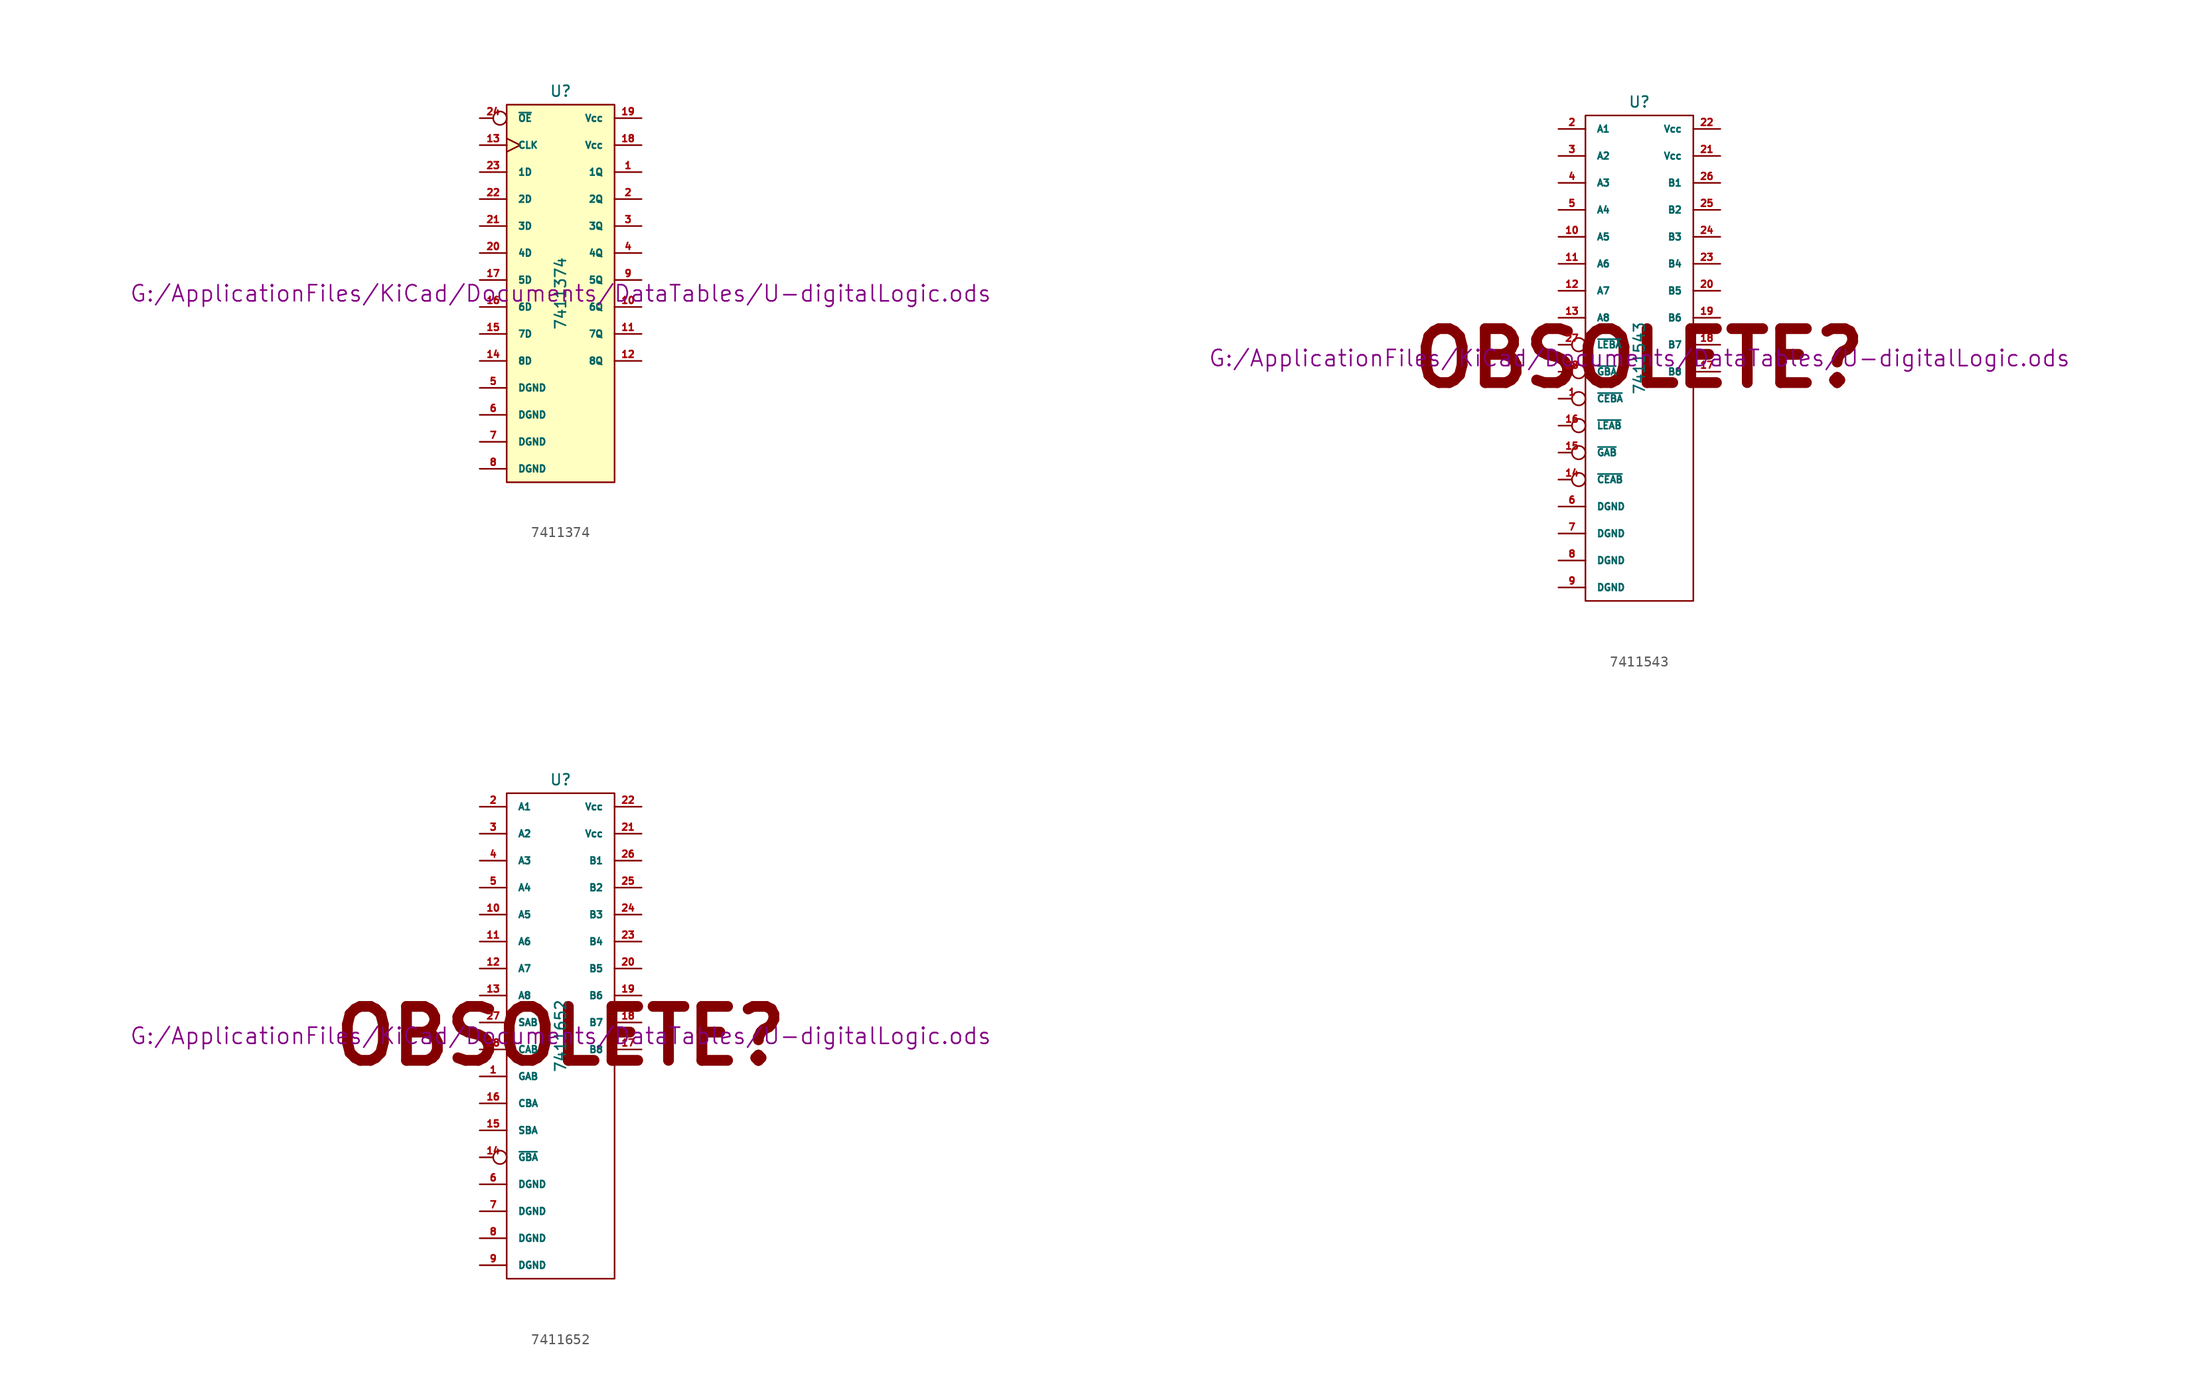
<source format=kicad_sym>
(kicad_symbol_lib
  (version 20211014)
  (generator kicad_symbol_editor)
  (symbol "7411374"
    (pin_names
      (offset 1.016))
    (property "Reference" "U"
      (at 0 19.05 0)
      (effects (font (size 1.016 1.016))))
    (property "Value" "7411374"
      (at 0 0 90)
      (effects (font (size 1.016 1.016))))
    (property "Footprint" ""
      (at 0 0 0)
      (effects (font (size 1.524 1.524))))
    (property "Datasheet" "G:/ApplicationFiles/KiCad/Documents/DataTables/U-digitalLogic.ods"
      (at 0 0 0)
      (effects (font (size 1.524 1.524))))
    (symbol "7411374_0_1"
      (rectangle (start -5.08 17.78) (end 5.08 -17.78) (stroke (width 0) (type default) (color 0 0 0 0)) (fill (type background))))
    (symbol "7411374_1_1"
      (pin tri_state line (at 7.62 11.43 180) (length 2.54) (name "1Q" (effects (font (size 0.635 0.635)))) (number "1" (effects (font (size 0.635 0.635)))))
      (pin tri_state line (at 7.62 -1.27 180) (length 2.54) (name "6Q" (effects (font (size 0.635 0.635)))) (number "10" (effects (font (size 0.635 0.635)))))
      (pin tri_state line (at 7.62 -3.81 180) (length 2.54) (name "7Q" (effects (font (size 0.635 0.635)))) (number "11" (effects (font (size 0.635 0.635)))))
      (pin tri_state line (at 7.62 -6.35 180) (length 2.54) (name "8Q" (effects (font (size 0.635 0.635)))) (number "12" (effects (font (size 0.635 0.635)))))
      (pin input clock (at -7.62 13.97 0) (length 2.54) (name "CLK" (effects (font (size 0.635 0.635)))) (number "13" (effects (font (size 0.635 0.635)))))
      (pin input line (at -7.62 -6.35 0) (length 2.54) (name "8D" (effects (font (size 0.635 0.635)))) (number "14" (effects (font (size 0.635 0.635)))))
      (pin input line (at -7.62 -3.81 0) (length 2.54) (name "7D" (effects (font (size 0.635 0.635)))) (number "15" (effects (font (size 0.635 0.635)))))
      (pin input line (at -7.62 -1.27 0) (length 2.54) (name "6D" (effects (font (size 0.635 0.635)))) (number "16" (effects (font (size 0.635 0.635)))))
      (pin input line (at -7.62 1.27 0) (length 2.54) (name "5D" (effects (font (size 0.635 0.635)))) (number "17" (effects (font (size 0.635 0.635)))))
      (pin power_in line (at 7.62 13.97 180) (length 2.54) (name "Vcc" (effects (font (size 0.635 0.635)))) (number "18" (effects (font (size 0.635 0.635)))))
      (pin power_in line (at 7.62 16.51 180) (length 2.54) (name "Vcc" (effects (font (size 0.635 0.635)))) (number "19" (effects (font (size 0.635 0.635)))))
      (pin tri_state line (at 7.62 8.89 180) (length 2.54) (name "2Q" (effects (font (size 0.635 0.635)))) (number "2" (effects (font (size 0.635 0.635)))))
      (pin input line (at -7.62 3.81 0) (length 2.54) (name "4D" (effects (font (size 0.635 0.635)))) (number "20" (effects (font (size 0.635 0.635)))))
      (pin input line (at -7.62 6.35 0) (length 2.54) (name "3D" (effects (font (size 0.635 0.635)))) (number "21" (effects (font (size 0.635 0.635)))))
      (pin input line (at -7.62 8.89 0) (length 2.54) (name "2D" (effects (font (size 0.635 0.635)))) (number "22" (effects (font (size 0.635 0.635)))))
      (pin input line (at -7.62 11.43 0) (length 2.54) (name "1D" (effects (font (size 0.635 0.635)))) (number "23" (effects (font (size 0.635 0.635)))))
      (pin input inverted (at -7.62 16.51 0) (length 2.54) (name "~{OE}" (effects (font (size 0.635 0.635)))) (number "24" (effects (font (size 0.635 0.635)))))
      (pin tri_state line (at 7.62 6.35 180) (length 2.54) (name "3Q" (effects (font (size 0.635 0.635)))) (number "3" (effects (font (size 0.635 0.635)))))
      (pin tri_state line (at 7.62 3.81 180) (length 2.54) (name "4Q" (effects (font (size 0.635 0.635)))) (number "4" (effects (font (size 0.635 0.635)))))
      (pin power_in line (at -7.62 -8.89 0) (length 2.54) (name "DGND" (effects (font (size 0.635 0.635)))) (number "5" (effects (font (size 0.635 0.635)))))
      (pin power_in line (at -7.62 -11.43 0) (length 2.54) (name "DGND" (effects (font (size 0.635 0.635)))) (number "6" (effects (font (size 0.635 0.635)))))
      (pin power_in line (at -7.62 -13.97 0) (length 2.54) (name "DGND" (effects (font (size 0.635 0.635)))) (number "7" (effects (font (size 0.635 0.635)))))
      (pin power_in line (at -7.62 -16.51 0) (length 2.54) (name "DGND" (effects (font (size 0.635 0.635)))) (number "8" (effects (font (size 0.635 0.635)))))
      (pin tri_state line (at 7.62 1.27 180) (length 2.54) (name "5Q" (effects (font (size 0.635 0.635)))) (number "9" (effects (font (size 0.635 0.635)))))))
  (symbol "7411543"
    (pin_names
      (offset 1.016))
    (property "Reference" "U"
      (at 0 24.13 0)
      (effects (font (size 1.016 1.016))))
    (property "Value" "7411543"
      (at 0 0 90)
      (effects (font (size 1.016 1.016))))
    (property "Footprint" ""
      (at 0 0 0)
      (effects (font (size 1.524 1.524))))
    (property "Datasheet" "G:/ApplicationFiles/KiCad/Documents/DataTables/U-digitalLogic.ods"
      (at 0 0 0)
      (effects (font (size 1.524 1.524))))
    (symbol "7411543_0_0"
      (text "OBSOLETE?" (at 0 0 0) (effects (font (size 5.08 5.08) bold))))
    (symbol "7411543_0_1"
      (rectangle (start -5.08 22.86) (end 5.08 -22.86) (stroke (width 0) (type default) (color 0 0 0 0)) (fill (type none))))
    (symbol "7411543_1_1"
      (pin input inverted (at -7.62 -3.81 0) (length 2.54) (name "~{CEBA}" (effects (font (size 0.635 0.635)))) (number "1" (effects (font (size 0.635 0.635)))))
      (pin tri_state line (at -7.62 11.43 0) (length 2.54) (name "A5" (effects (font (size 0.635 0.635)))) (number "10" (effects (font (size 0.635 0.635)))))
      (pin tri_state line (at -7.62 8.89 0) (length 2.54) (name "A6" (effects (font (size 0.635 0.635)))) (number "11" (effects (font (size 0.635 0.635)))))
      (pin tri_state line (at -7.62 6.35 0) (length 2.54) (name "A7" (effects (font (size 0.635 0.635)))) (number "12" (effects (font (size 0.635 0.635)))))
      (pin tri_state line (at -7.62 3.81 0) (length 2.54) (name "A8" (effects (font (size 0.635 0.635)))) (number "13" (effects (font (size 0.635 0.635)))))
      (pin input inverted (at -7.62 -11.43 0) (length 2.54) (name "~{CEAB}" (effects (font (size 0.635 0.635)))) (number "14" (effects (font (size 0.635 0.635)))))
      (pin input inverted (at -7.62 -8.89 0) (length 2.54) (name "~{GAB}" (effects (font (size 0.635 0.635)))) (number "15" (effects (font (size 0.635 0.635)))))
      (pin input inverted (at -7.62 -6.35 0) (length 2.54) (name "~{LEAB}" (effects (font (size 0.635 0.635)))) (number "16" (effects (font (size 0.635 0.635)))))
      (pin tri_state line (at 7.62 -1.27 180) (length 2.54) (name "B8" (effects (font (size 0.635 0.635)))) (number "17" (effects (font (size 0.635 0.635)))))
      (pin tri_state line (at 7.62 1.27 180) (length 2.54) (name "B7" (effects (font (size 0.635 0.635)))) (number "18" (effects (font (size 0.635 0.635)))))
      (pin tri_state line (at 7.62 3.81 180) (length 2.54) (name "B6" (effects (font (size 0.635 0.635)))) (number "19" (effects (font (size 0.635 0.635)))))
      (pin tri_state line (at -7.62 21.59 0) (length 2.54) (name "A1" (effects (font (size 0.635 0.635)))) (number "2" (effects (font (size 0.635 0.635)))))
      (pin tri_state line (at 7.62 6.35 180) (length 2.54) (name "B5" (effects (font (size 0.635 0.635)))) (number "20" (effects (font (size 0.635 0.635)))))
      (pin power_in line (at 7.62 19.05 180) (length 2.54) (name "Vcc" (effects (font (size 0.635 0.635)))) (number "21" (effects (font (size 0.635 0.635)))))
      (pin power_in line (at 7.62 21.59 180) (length 2.54) (name "Vcc" (effects (font (size 0.635 0.635)))) (number "22" (effects (font (size 0.635 0.635)))))
      (pin tri_state line (at 7.62 8.89 180) (length 2.54) (name "B4" (effects (font (size 0.635 0.635)))) (number "23" (effects (font (size 0.635 0.635)))))
      (pin tri_state line (at 7.62 11.43 180) (length 2.54) (name "B3" (effects (font (size 0.635 0.635)))) (number "24" (effects (font (size 0.635 0.635)))))
      (pin tri_state line (at 7.62 13.97 180) (length 2.54) (name "B2" (effects (font (size 0.635 0.635)))) (number "25" (effects (font (size 0.635 0.635)))))
      (pin tri_state line (at 7.62 16.51 180) (length 2.54) (name "B1" (effects (font (size 0.635 0.635)))) (number "26" (effects (font (size 0.635 0.635)))))
      (pin input inverted (at -7.62 1.27 0) (length 2.54) (name "~{LEBA}" (effects (font (size 0.635 0.635)))) (number "27" (effects (font (size 0.635 0.635)))))
      (pin input inverted (at -7.62 -1.27 0) (length 2.54) (name "~{GBA}" (effects (font (size 0.635 0.635)))) (number "28" (effects (font (size 0.635 0.635)))))
      (pin tri_state line (at -7.62 19.05 0) (length 2.54) (name "A2" (effects (font (size 0.635 0.635)))) (number "3" (effects (font (size 0.635 0.635)))))
      (pin tri_state line (at -7.62 16.51 0) (length 2.54) (name "A3" (effects (font (size 0.635 0.635)))) (number "4" (effects (font (size 0.635 0.635)))))
      (pin tri_state line (at -7.62 13.97 0) (length 2.54) (name "A4" (effects (font (size 0.635 0.635)))) (number "5" (effects (font (size 0.635 0.635)))))
      (pin power_in line (at -7.62 -13.97 0) (length 2.54) (name "DGND" (effects (font (size 0.635 0.635)))) (number "6" (effects (font (size 0.635 0.635)))))
      (pin power_in line (at -7.62 -16.51 0) (length 2.54) (name "DGND" (effects (font (size 0.635 0.635)))) (number "7" (effects (font (size 0.635 0.635)))))
      (pin power_in line (at -7.62 -19.05 0) (length 2.54) (name "DGND" (effects (font (size 0.635 0.635)))) (number "8" (effects (font (size 0.635 0.635)))))
      (pin power_in line (at -7.62 -21.59 0) (length 2.54) (name "DGND" (effects (font (size 0.635 0.635)))) (number "9" (effects (font (size 0.635 0.635)))))))
  (symbol "7411652"
    (pin_names
      (offset 1.016))
    (property "Reference" "U"
      (at 0 24.13 0)
      (effects (font (size 1.016 1.016))))
    (property "Value" "7411652"
      (at 0 0 90)
      (effects (font (size 1.016 1.016))))
    (property "Footprint" ""
      (at 0 0 0)
      (effects (font (size 1.524 1.524))))
    (property "Datasheet" "G:/ApplicationFiles/KiCad/Documents/DataTables/U-digitalLogic.ods"
      (at 0 0 0)
      (effects (font (size 1.524 1.524))))
    (symbol "7411652_0_0"
      (text "OBSOLETE?" (at 0 0 0) (effects (font (size 5.08 5.08) bold))))
    (symbol "7411652_0_1"
      (rectangle (start -5.08 22.86) (end 5.08 -22.86) (stroke (width 0) (type default) (color 0 0 0 0)) (fill (type none))))
    (symbol "7411652_1_1"
      (pin input line (at -7.62 -3.81 0) (length 2.54) (name "GAB" (effects (font (size 0.635 0.635)))) (number "1" (effects (font (size 0.635 0.635)))))
      (pin tri_state line (at -7.62 11.43 0) (length 2.54) (name "A5" (effects (font (size 0.635 0.635)))) (number "10" (effects (font (size 0.635 0.635)))))
      (pin tri_state line (at -7.62 8.89 0) (length 2.54) (name "A6" (effects (font (size 0.635 0.635)))) (number "11" (effects (font (size 0.635 0.635)))))
      (pin tri_state line (at -7.62 6.35 0) (length 2.54) (name "A7" (effects (font (size 0.635 0.635)))) (number "12" (effects (font (size 0.635 0.635)))))
      (pin tri_state line (at -7.62 3.81 0) (length 2.54) (name "A8" (effects (font (size 0.635 0.635)))) (number "13" (effects (font (size 0.635 0.635)))))
      (pin input inverted (at -7.62 -11.43 0) (length 2.54) (name "~{GBA}" (effects (font (size 0.635 0.635)))) (number "14" (effects (font (size 0.635 0.635)))))
      (pin input line (at -7.62 -8.89 0) (length 2.54) (name "SBA" (effects (font (size 0.635 0.635)))) (number "15" (effects (font (size 0.635 0.635)))))
      (pin input line (at -7.62 -6.35 0) (length 2.54) (name "CBA" (effects (font (size 0.635 0.635)))) (number "16" (effects (font (size 0.635 0.635)))))
      (pin tri_state line (at 7.62 -1.27 180) (length 2.54) (name "B8" (effects (font (size 0.635 0.635)))) (number "17" (effects (font (size 0.635 0.635)))))
      (pin tri_state line (at 7.62 1.27 180) (length 2.54) (name "B7" (effects (font (size 0.635 0.635)))) (number "18" (effects (font (size 0.635 0.635)))))
      (pin tri_state line (at 7.62 3.81 180) (length 2.54) (name "B6" (effects (font (size 0.635 0.635)))) (number "19" (effects (font (size 0.635 0.635)))))
      (pin tri_state line (at -7.62 21.59 0) (length 2.54) (name "A1" (effects (font (size 0.635 0.635)))) (number "2" (effects (font (size 0.635 0.635)))))
      (pin tri_state line (at 7.62 6.35 180) (length 2.54) (name "B5" (effects (font (size 0.635 0.635)))) (number "20" (effects (font (size 0.635 0.635)))))
      (pin power_in line (at 7.62 19.05 180) (length 2.54) (name "Vcc" (effects (font (size 0.635 0.635)))) (number "21" (effects (font (size 0.635 0.635)))))
      (pin power_in line (at 7.62 21.59 180) (length 2.54) (name "Vcc" (effects (font (size 0.635 0.635)))) (number "22" (effects (font (size 0.635 0.635)))))
      (pin tri_state line (at 7.62 8.89 180) (length 2.54) (name "B4" (effects (font (size 0.635 0.635)))) (number "23" (effects (font (size 0.635 0.635)))))
      (pin tri_state line (at 7.62 11.43 180) (length 2.54) (name "B3" (effects (font (size 0.635 0.635)))) (number "24" (effects (font (size 0.635 0.635)))))
      (pin tri_state line (at 7.62 13.97 180) (length 2.54) (name "B2" (effects (font (size 0.635 0.635)))) (number "25" (effects (font (size 0.635 0.635)))))
      (pin tri_state line (at 7.62 16.51 180) (length 2.54) (name "B1" (effects (font (size 0.635 0.635)))) (number "26" (effects (font (size 0.635 0.635)))))
      (pin input line (at -7.62 1.27 0) (length 2.54) (name "SAB" (effects (font (size 0.635 0.635)))) (number "27" (effects (font (size 0.635 0.635)))))
      (pin input line (at -7.62 -1.27 0) (length 2.54) (name "CAB" (effects (font (size 0.635 0.635)))) (number "28" (effects (font (size 0.635 0.635)))))
      (pin tri_state line (at -7.62 19.05 0) (length 2.54) (name "A2" (effects (font (size 0.635 0.635)))) (number "3" (effects (font (size 0.635 0.635)))))
      (pin tri_state line (at -7.62 16.51 0) (length 2.54) (name "A3" (effects (font (size 0.635 0.635)))) (number "4" (effects (font (size 0.635 0.635)))))
      (pin tri_state line (at -7.62 13.97 0) (length 2.54) (name "A4" (effects (font (size 0.635 0.635)))) (number "5" (effects (font (size 0.635 0.635)))))
      (pin power_in line (at -7.62 -13.97 0) (length 2.54) (name "DGND" (effects (font (size 0.635 0.635)))) (number "6" (effects (font (size 0.635 0.635)))))
      (pin power_in line (at -7.62 -16.51 0) (length 2.54) (name "DGND" (effects (font (size 0.635 0.635)))) (number "7" (effects (font (size 0.635 0.635)))))
      (pin power_in line (at -7.62 -19.05 0) (length 2.54) (name "DGND" (effects (font (size 0.635 0.635)))) (number "8" (effects (font (size 0.635 0.635)))))
      (pin power_in line (at -7.62 -21.59 0) (length 2.54) (name "DGND" (effects (font (size 0.635 0.635)))) (number "9" (effects (font (size 0.635 0.635))))))))
</source>
